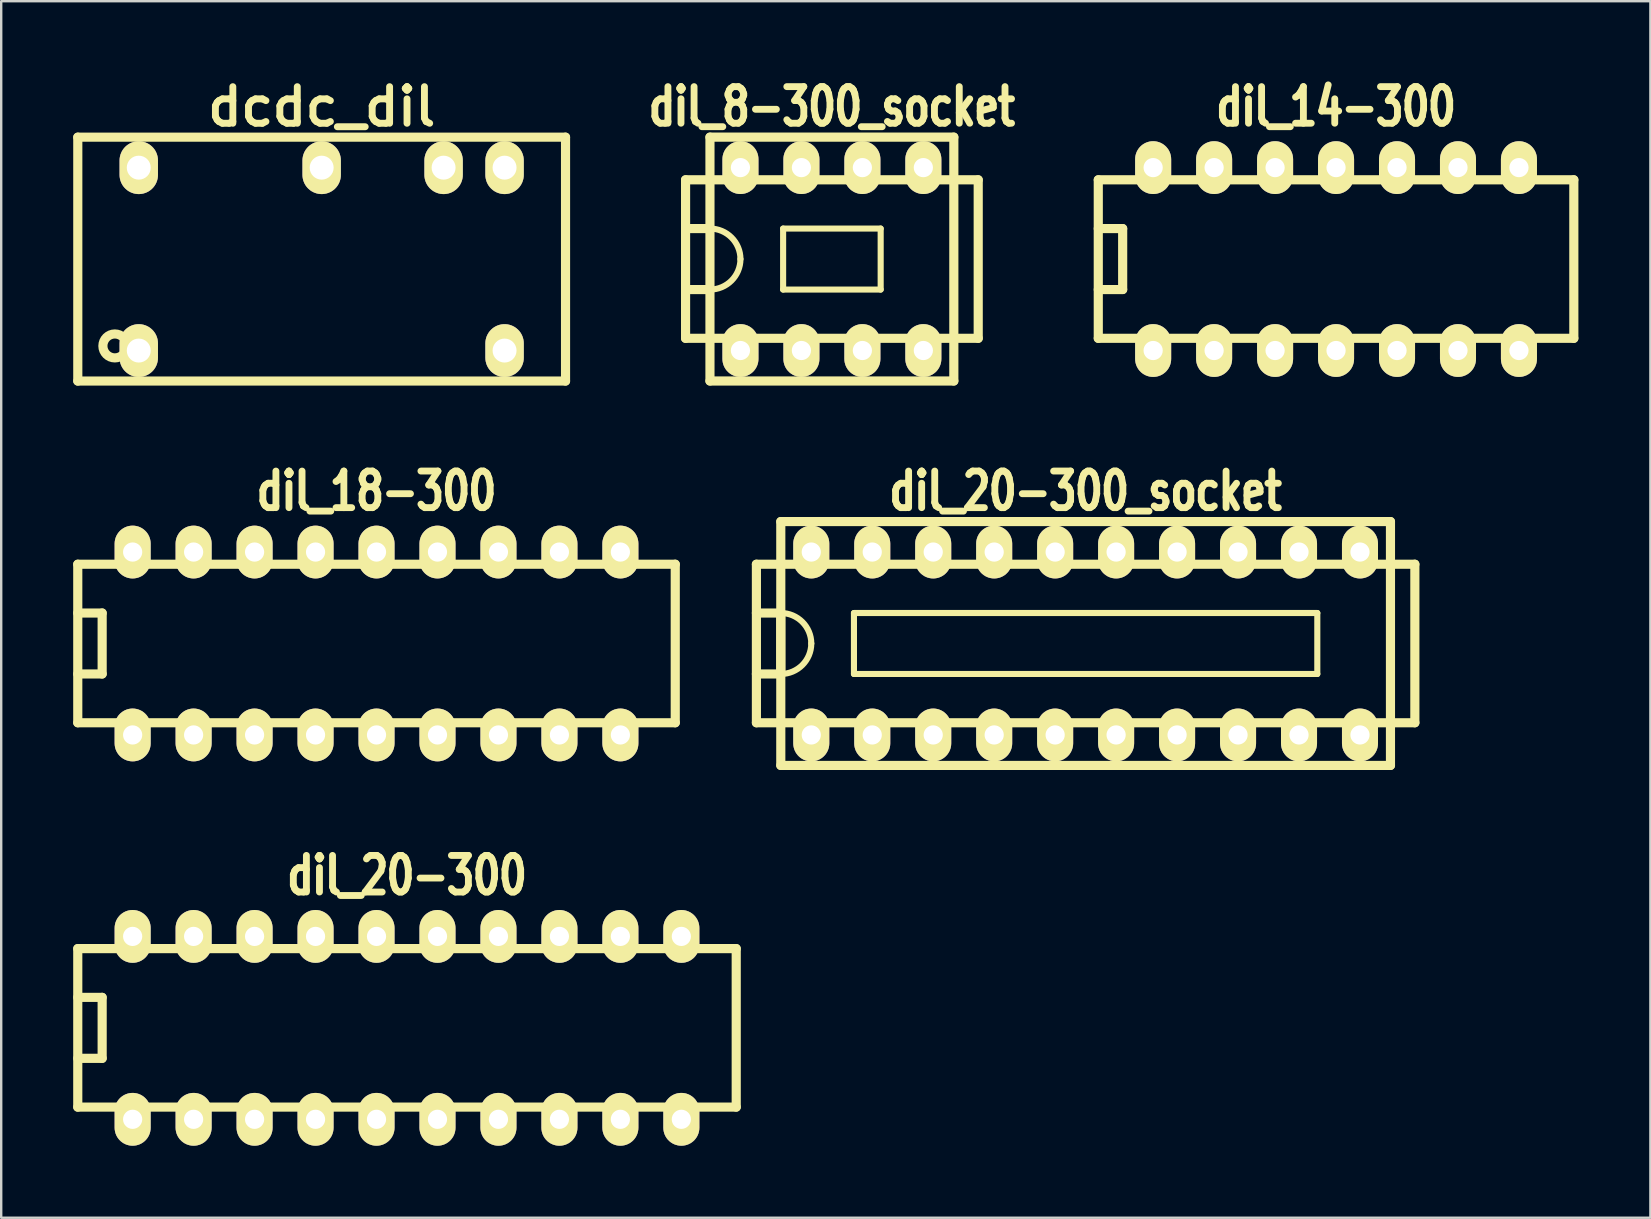
<source format=kicad_pcb>
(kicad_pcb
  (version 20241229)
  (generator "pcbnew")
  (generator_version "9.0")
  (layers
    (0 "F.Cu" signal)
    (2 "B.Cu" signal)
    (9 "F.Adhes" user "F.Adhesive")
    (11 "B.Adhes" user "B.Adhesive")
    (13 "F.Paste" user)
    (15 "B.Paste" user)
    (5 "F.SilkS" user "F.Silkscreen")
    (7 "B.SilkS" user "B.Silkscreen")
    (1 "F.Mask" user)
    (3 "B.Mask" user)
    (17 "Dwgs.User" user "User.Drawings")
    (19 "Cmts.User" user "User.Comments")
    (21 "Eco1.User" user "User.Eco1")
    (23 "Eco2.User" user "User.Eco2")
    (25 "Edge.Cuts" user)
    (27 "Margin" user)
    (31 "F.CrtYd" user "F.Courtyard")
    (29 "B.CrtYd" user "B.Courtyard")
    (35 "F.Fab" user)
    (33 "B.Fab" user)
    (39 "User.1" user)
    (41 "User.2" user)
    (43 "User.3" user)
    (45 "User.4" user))
  (footprint "dil_14-300"
    (layer "F.Cu")
    (at 52.612 7.743)
    (property "Reference" "dil_14-300" (at 0 -6.35 0) (layer "F.SilkS") (effects (font (size 1.524 1.143) (thickness 0.287))))
    (attr through_hole)
    (fp_line (start -9.906 -3.302) (end 9.906 -3.302) (stroke (width 0.381) (type solid)) (layer "F.SilkS"))
    (fp_line (start -9.906 3.302) (end -9.906 -3.302) (stroke (width 0.381) (type solid)) (layer "F.SilkS"))
    (fp_line (start -8.89 -1.27) (end -9.906 -1.27) (stroke (width 0.381) (type solid)) (layer "F.SilkS"))
    (fp_line (start -8.89 -1.27) (end -8.89 1.27) (stroke (width 0.381) (type solid)) (layer "F.SilkS"))
    (fp_line (start -8.89 1.27) (end -9.906 1.27) (stroke (width 0.381) (type solid)) (layer "F.SilkS"))
    (fp_line (start 9.906 -3.302) (end 9.906 3.302) (stroke (width 0.381) (type solid)) (layer "F.SilkS"))
    (fp_line (start 9.906 3.302) (end -9.906 3.302) (stroke (width 0.381) (type solid)) (layer "F.SilkS"))
    (pad "1" thru_hole oval (at -7.62 3.81) (size 1.501 2.2) (drill 0.8) (layers "*.Cu" "*.Mask" "F.SilkS"))
    (pad "2" thru_hole oval (at -5.08 3.81) (size 1.501 2.2) (drill 0.8) (layers "*.Cu" "*.Mask" "F.SilkS"))
    (pad "3" thru_hole oval (at -2.54 3.81) (size 1.501 2.2) (drill 0.8) (layers "*.Cu" "*.Mask" "F.SilkS"))
    (pad "4" thru_hole oval (at 0 3.81) (size 1.501 2.2) (drill 0.8) (layers "*.Cu" "*.Mask" "F.SilkS"))
    (pad "5" thru_hole oval (at 2.54 3.81) (size 1.501 2.2) (drill 0.8) (layers "*.Cu" "*.Mask" "F.SilkS"))
    (pad "6" thru_hole oval (at 5.08 3.81) (size 1.501 2.2) (drill 0.8) (layers "*.Cu" "*.Mask" "F.SilkS"))
    (pad "7" thru_hole oval (at 7.62 3.81) (size 1.501 2.2) (drill 0.8) (layers "*.Cu" "*.Mask" "F.SilkS"))
    (pad "8" thru_hole oval (at 7.62 -3.81) (size 1.501 2.2) (drill 0.8) (layers "*.Cu" "*.Mask" "F.SilkS"))
    (pad "9" thru_hole oval (at 5.08 -3.81) (size 1.501 2.2) (drill 0.8) (layers "*.Cu" "*.Mask" "F.SilkS"))
    (pad "10" thru_hole oval (at 2.54 -3.81) (size 1.501 2.2) (drill 0.8) (layers "*.Cu" "*.Mask" "F.SilkS"))
    (pad "11" thru_hole oval (at 0 -3.81) (size 1.501 2.2) (drill 0.8) (layers "*.Cu" "*.Mask" "F.SilkS"))
    (pad "12" thru_hole oval (at -2.54 -3.81) (size 1.501 2.2) (drill 0.8) (layers "*.Cu" "*.Mask" "F.SilkS"))
    (pad "13" thru_hole oval (at -5.08 -3.81) (size 1.501 2.2) (drill 0.8) (layers "*.Cu" "*.Mask" "F.SilkS"))
    (pad "14" thru_hole oval (at -7.62 -3.81) (size 1.501 2.2) (drill 0.8) (layers "*.Cu" "*.Mask" "F.SilkS")))
  (footprint "dil_20-300_socket"
    (layer "F.Cu")
    (at 42.179 23.759)
    (property "Reference" "dil_20-300_socket" (at 0 -6.35 0) (layer "F.SilkS") (effects (font (size 1.524 1.143) (thickness 0.287))))
    (attr through_hole)
    (fp_line (start -13.716 -3.302) (end 13.716 -3.302) (stroke (width 0.381) (type solid)) (layer "F.SilkS"))
    (fp_line (start -13.716 3.302) (end -13.716 -3.302) (stroke (width 0.381) (type solid)) (layer "F.SilkS"))
    (fp_line (start -12.7 -5.08) (end 12.7 -5.08) (stroke (width 0.381) (type solid)) (layer "F.SilkS"))
    (fp_line (start -12.7 -1.27) (end -13.716 -1.27) (stroke (width 0.381) (type solid)) (layer "F.SilkS"))
    (fp_line (start -12.7 -1.27) (end -12.7 1.27) (stroke (width 0.381) (type solid)) (layer "F.SilkS"))
    (fp_line (start -12.7 1.27) (end -13.716 1.27) (stroke (width 0.381) (type solid)) (layer "F.SilkS"))
    (fp_line (start -12.7 5.08) (end -12.7 -5.08) (stroke (width 0.381) (type solid)) (layer "F.SilkS"))
    (fp_line (start -9.652 -1.27) (end -9.652 1.27) (stroke (width 0.254) (type solid)) (layer "F.SilkS"))
    (fp_line (start -9.652 -1.27) (end 9.652 -1.27) (stroke (width 0.254) (type solid)) (layer "F.SilkS"))
    (fp_line (start 9.652 1.27) (end -9.652 1.27) (stroke (width 0.254) (type solid)) (layer "F.SilkS"))
    (fp_line (start 9.652 1.27) (end 9.652 -1.27) (stroke (width 0.254) (type solid)) (layer "F.SilkS"))
    (fp_line (start 12.7 -5.08) (end 12.7 5.08) (stroke (width 0.381) (type solid)) (layer "F.SilkS"))
    (fp_line (start 12.7 5.08) (end -12.7 5.08) (stroke (width 0.381) (type solid)) (layer "F.SilkS"))
    (fp_line (start 13.716 -3.302) (end 13.716 3.302) (stroke (width 0.381) (type solid)) (layer "F.SilkS"))
    (fp_line (start 13.716 3.302) (end -13.716 3.302) (stroke (width 0.381) (type solid)) (layer "F.SilkS"))
    (fp_arc (start -12.7 -1.27) (mid -11.801974 -0.898026) (end -11.43 0) (stroke (width 0.254) (type solid)) (layer "F.SilkS"))
    (fp_arc (start -11.43 0) (mid -11.801974 0.898026) (end -12.7 1.27) (stroke (width 0.254) (type solid)) (layer "F.SilkS"))
    (pad "1" thru_hole oval (at -11.43 3.81) (size 1.501 2.2) (drill 0.8) (layers "*.Cu" "*.Mask" "F.SilkS"))
    (pad "2" thru_hole oval (at -8.89 3.81) (size 1.501 2.2) (drill 0.8) (layers "*.Cu" "*.Mask" "F.SilkS"))
    (pad "3" thru_hole oval (at -6.35 3.81) (size 1.501 2.2) (drill 0.8) (layers "*.Cu" "*.Mask" "F.SilkS"))
    (pad "4" thru_hole oval (at -3.81 3.81) (size 1.501 2.2) (drill 0.8) (layers "*.Cu" "*.Mask" "F.SilkS"))
    (pad "5" thru_hole oval (at -1.27 3.81) (size 1.501 2.2) (drill 0.8) (layers "*.Cu" "*.Mask" "F.SilkS"))
    (pad "6" thru_hole oval (at 1.27 3.81) (size 1.501 2.2) (drill 0.8) (layers "*.Cu" "*.Mask" "F.SilkS"))
    (pad "7" thru_hole oval (at 3.81 3.81) (size 1.501 2.2) (drill 0.8) (layers "*.Cu" "*.Mask" "F.SilkS"))
    (pad "8" thru_hole oval (at 6.35 3.81) (size 1.501 2.2) (drill 0.8) (layers "*.Cu" "*.Mask" "F.SilkS"))
    (pad "9" thru_hole oval (at 8.89 3.81) (size 1.501 2.2) (drill 0.8) (layers "*.Cu" "*.Mask" "F.SilkS"))
    (pad "10" thru_hole oval (at 11.43 3.81) (size 1.501 2.2) (drill 0.8) (layers "*.Cu" "*.Mask" "F.SilkS"))
    (pad "11" thru_hole oval (at 11.43 -3.81) (size 1.501 2.2) (drill 0.8) (layers "*.Cu" "*.Mask" "F.SilkS"))
    (pad "12" thru_hole oval (at 8.89 -3.81) (size 1.501 2.2) (drill 0.8) (layers "*.Cu" "*.Mask" "F.SilkS"))
    (pad "13" thru_hole oval (at 6.35 -3.81) (size 1.501 2.2) (drill 0.8) (layers "*.Cu" "*.Mask" "F.SilkS"))
    (pad "14" thru_hole oval (at 3.81 -3.81) (size 1.501 2.2) (drill 0.8) (layers "*.Cu" "*.Mask" "F.SilkS"))
    (pad "15" thru_hole oval (at 1.27 -3.81) (size 1.501 2.2) (drill 0.8) (layers "*.Cu" "*.Mask" "F.SilkS"))
    (pad "16" thru_hole oval (at -1.27 -3.81) (size 1.501 2.2) (drill 0.8) (layers "*.Cu" "*.Mask" "F.SilkS"))
    (pad "17" thru_hole oval (at -3.81 -3.81) (size 1.501 2.2) (drill 0.8) (layers "*.Cu" "*.Mask" "F.SilkS"))
    (pad "18" thru_hole oval (at -6.35 -3.81) (size 1.501 2.2) (drill 0.8) (layers "*.Cu" "*.Mask" "F.SilkS"))
    (pad "19" thru_hole oval (at -8.89 -3.81) (size 1.501 2.2) (drill 0.8) (layers "*.Cu" "*.Mask" "F.SilkS"))
    (pad "20" thru_hole oval (at -11.43 -3.81) (size 1.501 2.2) (drill 0.8) (layers "*.Cu" "*.Mask" "F.SilkS")))
  (footprint "dil_18-300"
    (layer "F.Cu")
    (at 12.636 23.759)
    (property "Reference" "dil_18-300" (at 0 -6.35 0) (layer "F.SilkS") (effects (font (size 1.524 1.143) (thickness 0.287))))
    (attr through_hole)
    (fp_line (start -12.446 -3.302) (end 12.446 -3.302) (stroke (width 0.381) (type solid)) (layer "F.SilkS"))
    (fp_line (start -12.446 3.302) (end -12.446 -3.302) (stroke (width 0.381) (type solid)) (layer "F.SilkS"))
    (fp_line (start -12.446 3.302) (end 12.446 3.302) (stroke (width 0.381) (type solid)) (layer "F.SilkS"))
    (fp_line (start -11.43 -1.27) (end -12.446 -1.27) (stroke (width 0.381) (type solid)) (layer "F.SilkS"))
    (fp_line (start -11.43 -1.27) (end -11.43 1.27) (stroke (width 0.381) (type solid)) (layer "F.SilkS"))
    (fp_line (start -11.43 1.27) (end -12.446 1.27) (stroke (width 0.381) (type solid)) (layer "F.SilkS"))
    (fp_line (start 12.446 -3.302) (end 12.446 3.302) (stroke (width 0.381) (type solid)) (layer "F.SilkS"))
    (pad "1" thru_hole oval (at -10.16 3.81) (size 1.501 2.2) (drill 0.8) (layers "*.Cu" "*.Mask" "F.SilkS"))
    (pad "2" thru_hole oval (at -7.62 3.81) (size 1.501 2.2) (drill 0.8) (layers "*.Cu" "*.Mask" "F.SilkS"))
    (pad "3" thru_hole oval (at -5.08 3.81) (size 1.501 2.2) (drill 0.8) (layers "*.Cu" "*.Mask" "F.SilkS"))
    (pad "4" thru_hole oval (at -2.54 3.81) (size 1.501 2.2) (drill 0.8) (layers "*.Cu" "*.Mask" "F.SilkS"))
    (pad "5" thru_hole oval (at 0 3.81) (size 1.501 2.2) (drill 0.8) (layers "*.Cu" "*.Mask" "F.SilkS"))
    (pad "6" thru_hole oval (at 2.54 3.81) (size 1.501 2.2) (drill 0.8) (layers "*.Cu" "*.Mask" "F.SilkS"))
    (pad "7" thru_hole oval (at 5.08 3.81) (size 1.501 2.2) (drill 0.8) (layers "*.Cu" "*.Mask" "F.SilkS"))
    (pad "8" thru_hole oval (at 7.62 3.81) (size 1.501 2.2) (drill 0.8) (layers "*.Cu" "*.Mask" "F.SilkS"))
    (pad "9" thru_hole oval (at 10.16 3.81) (size 1.501 2.2) (drill 0.8) (layers "*.Cu" "*.Mask" "F.SilkS"))
    (pad "10" thru_hole oval (at 10.16 -3.81) (size 1.501 2.2) (drill 0.8) (layers "*.Cu" "*.Mask" "F.SilkS"))
    (pad "11" thru_hole oval (at 7.62 -3.81) (size 1.501 2.2) (drill 0.8) (layers "*.Cu" "*.Mask" "F.SilkS"))
    (pad "12" thru_hole oval (at 5.08 -3.81) (size 1.501 2.2) (drill 0.8) (layers "*.Cu" "*.Mask" "F.SilkS"))
    (pad "13" thru_hole oval (at 2.54 -3.81) (size 1.501 2.2) (drill 0.8) (layers "*.Cu" "*.Mask" "F.SilkS"))
    (pad "14" thru_hole oval (at 0 -3.81) (size 1.501 2.2) (drill 0.8) (layers "*.Cu" "*.Mask" "F.SilkS"))
    (pad "15" thru_hole oval (at -2.54 -3.81) (size 1.501 2.2) (drill 0.8) (layers "*.Cu" "*.Mask" "F.SilkS"))
    (pad "16" thru_hole oval (at -5.08 -3.81) (size 1.501 2.2) (drill 0.8) (layers "*.Cu" "*.Mask" "F.SilkS"))
    (pad "17" thru_hole oval (at -7.62 -3.81) (size 1.501 2.2) (drill 0.8) (layers "*.Cu" "*.Mask" "F.SilkS"))
    (pad "18" thru_hole oval (at -10.16 -3.81) (size 1.501 2.2) (drill 0.8) (layers "*.Cu" "*.Mask" "F.SilkS")))
  (footprint "dil_8-300_socket"
    (layer "F.Cu")
    (at 31.608 7.743)
    (property "Reference" "dil_8-300_socket" (at 0 -6.35 0) (layer "F.SilkS") (effects (font (size 1.524 1.143) (thickness 0.287))))
    (attr through_hole)
    (fp_line (start -6.096 -3.302) (end 6.096 -3.302) (stroke (width 0.381) (type solid)) (layer "F.SilkS"))
    (fp_line (start -6.096 3.302) (end -6.096 -3.302) (stroke (width 0.381) (type solid)) (layer "F.SilkS"))
    (fp_line (start -6.096 3.302) (end 6.096 3.302) (stroke (width 0.381) (type solid)) (layer "F.SilkS"))
    (fp_line (start -5.08 -1.27) (end -6.096 -1.27) (stroke (width 0.381) (type solid)) (layer "F.SilkS"))
    (fp_line (start -5.08 1.27) (end -6.096 1.27) (stroke (width 0.381) (type solid)) (layer "F.SilkS"))
    (fp_line (start -5.08 5.08) (end -5.08 -5.08) (stroke (width 0.381) (type solid)) (layer "F.SilkS"))
    (fp_line (start -2.032 -1.27) (end -2.032 1.27) (stroke (width 0.254) (type solid)) (layer "F.SilkS"))
    (fp_line (start -2.032 -1.27) (end 2.032 -1.27) (stroke (width 0.254) (type solid)) (layer "F.SilkS"))
    (fp_line (start 2.032 1.27) (end -2.032 1.27) (stroke (width 0.254) (type solid)) (layer "F.SilkS"))
    (fp_line (start 2.032 1.27) (end 2.032 -1.27) (stroke (width 0.254) (type solid)) (layer "F.SilkS"))
    (fp_line (start 5.08 -5.08) (end -5.08 -5.08) (stroke (width 0.381) (type solid)) (layer "F.SilkS"))
    (fp_line (start 5.08 -5.08) (end 5.08 5.08) (stroke (width 0.381) (type solid)) (layer "F.SilkS"))
    (fp_line (start 5.08 5.08) (end -5.08 5.08) (stroke (width 0.381) (type solid)) (layer "F.SilkS"))
    (fp_line (start 6.096 -3.302) (end 6.096 3.302) (stroke (width 0.381) (type solid)) (layer "F.SilkS"))
    (fp_arc (start -5.08 -1.27) (mid -4.181974 -0.898026) (end -3.81 0) (stroke (width 0.254) (type solid)) (layer "F.SilkS"))
    (fp_arc (start -3.81 0) (mid -4.181974 0.898026) (end -5.08 1.27) (stroke (width 0.254) (type solid)) (layer "F.SilkS"))
    (pad "1" thru_hole oval (at -3.81 3.81) (size 1.501 2.2) (drill 0.8) (layers "*.Cu" "*.Mask" "F.SilkS"))
    (pad "2" thru_hole oval (at -1.27 3.81) (size 1.501 2.2) (drill 0.8) (layers "*.Cu" "*.Mask" "F.SilkS"))
    (pad "3" thru_hole oval (at 1.27 3.81) (size 1.501 2.2) (drill 0.8) (layers "*.Cu" "*.Mask" "F.SilkS"))
    (pad "4" thru_hole oval (at 3.81 3.81) (size 1.501 2.2) (drill 0.8) (layers "*.Cu" "*.Mask" "F.SilkS"))
    (pad "5" thru_hole oval (at 3.81 -3.81) (size 1.501 2.2) (drill 0.8) (layers "*.Cu" "*.Mask" "F.SilkS"))
    (pad "6" thru_hole oval (at 1.27 -3.81) (size 1.501 2.2) (drill 0.8) (layers "*.Cu" "*.Mask" "F.SilkS"))
    (pad "7" thru_hole oval (at -1.27 -3.81) (size 1.501 2.2) (drill 0.8) (layers "*.Cu" "*.Mask" "F.SilkS"))
    (pad "8" thru_hole oval (at -3.81 -3.81) (size 1.501 2.2) (drill 0.8) (layers "*.Cu" "*.Mask" "F.SilkS")))
  (footprint "dil_20-300"
    (layer "F.Cu")
    (at 13.906 39.772)
    (property "Reference" "dil_20-300" (at 0 -6.35 0) (layer "F.SilkS") (effects (font (size 1.524 1.143) (thickness 0.287))))
    (attr through_hole)
    (fp_line (start -13.716 -3.302) (end 13.716 -3.302) (stroke (width 0.381) (type solid)) (layer "F.SilkS"))
    (fp_line (start -13.716 3.302) (end -13.716 -3.302) (stroke (width 0.381) (type solid)) (layer "F.SilkS"))
    (fp_line (start -12.7 -1.27) (end -13.716 -1.27) (stroke (width 0.381) (type solid)) (layer "F.SilkS"))
    (fp_line (start -12.7 -1.27) (end -12.7 1.27) (stroke (width 0.381) (type solid)) (layer "F.SilkS"))
    (fp_line (start -12.7 1.27) (end -13.716 1.27) (stroke (width 0.381) (type solid)) (layer "F.SilkS"))
    (fp_line (start 13.716 -3.302) (end 13.716 3.302) (stroke (width 0.381) (type solid)) (layer "F.SilkS"))
    (fp_line (start 13.716 3.302) (end -13.716 3.302) (stroke (width 0.381) (type solid)) (layer "F.SilkS"))
    (pad "1" thru_hole oval (at -11.43 3.81) (size 1.501 2.2) (drill 0.8) (layers "*.Cu" "*.Mask" "F.SilkS"))
    (pad "2" thru_hole oval (at -8.89 3.81) (size 1.501 2.2) (drill 0.8) (layers "*.Cu" "*.Mask" "F.SilkS"))
    (pad "3" thru_hole oval (at -6.35 3.81) (size 1.501 2.2) (drill 0.8) (layers "*.Cu" "*.Mask" "F.SilkS"))
    (pad "4" thru_hole oval (at -3.81 3.81) (size 1.501 2.2) (drill 0.8) (layers "*.Cu" "*.Mask" "F.SilkS"))
    (pad "5" thru_hole oval (at -1.27 3.81) (size 1.501 2.2) (drill 0.8) (layers "*.Cu" "*.Mask" "F.SilkS"))
    (pad "6" thru_hole oval (at 1.27 3.81) (size 1.501 2.2) (drill 0.8) (layers "*.Cu" "*.Mask" "F.SilkS"))
    (pad "7" thru_hole oval (at 3.81 3.81) (size 1.501 2.2) (drill 0.8) (layers "*.Cu" "*.Mask" "F.SilkS"))
    (pad "8" thru_hole oval (at 6.35 3.81) (size 1.501 2.2) (drill 0.8) (layers "*.Cu" "*.Mask" "F.SilkS"))
    (pad "9" thru_hole oval (at 8.89 3.81) (size 1.501 2.2) (drill 0.8) (layers "*.Cu" "*.Mask" "F.SilkS"))
    (pad "10" thru_hole oval (at 11.43 3.81) (size 1.501 2.2) (drill 0.8) (layers "*.Cu" "*.Mask" "F.SilkS"))
    (pad "11" thru_hole oval (at 11.43 -3.81) (size 1.501 2.2) (drill 0.8) (layers "*.Cu" "*.Mask" "F.SilkS"))
    (pad "12" thru_hole oval (at 8.89 -3.81) (size 1.501 2.2) (drill 0.8) (layers "*.Cu" "*.Mask" "F.SilkS"))
    (pad "13" thru_hole oval (at 6.35 -3.81) (size 1.501 2.2) (drill 0.8) (layers "*.Cu" "*.Mask" "F.SilkS"))
    (pad "14" thru_hole oval (at 3.81 -3.81) (size 1.501 2.2) (drill 0.8) (layers "*.Cu" "*.Mask" "F.SilkS"))
    (pad "15" thru_hole oval (at 1.27 -3.81) (size 1.501 2.2) (drill 0.8) (layers "*.Cu" "*.Mask" "F.SilkS"))
    (pad "16" thru_hole oval (at -1.27 -3.81) (size 1.501 2.2) (drill 0.8) (layers "*.Cu" "*.Mask" "F.SilkS"))
    (pad "17" thru_hole oval (at -3.81 -3.81) (size 1.501 2.2) (drill 0.8) (layers "*.Cu" "*.Mask" "F.SilkS"))
    (pad "18" thru_hole oval (at -6.35 -3.81) (size 1.501 2.2) (drill 0.8) (layers "*.Cu" "*.Mask" "F.SilkS"))
    (pad "19" thru_hole oval (at -8.89 -3.81) (size 1.501 2.2) (drill 0.8) (layers "*.Cu" "*.Mask" "F.SilkS"))
    (pad "20" thru_hole oval (at -11.43 -3.81) (size 1.501 2.2) (drill 0.8) (layers "*.Cu" "*.Mask" "F.SilkS")))
  (footprint "dcdc_dil"
    (layer "F.Cu")
    (at 10.351 7.745)
    (property "Reference" "dcdc_dil" (at 0 -6.35 0) (layer "F.SilkS") (effects (font (size 1.524 1.524) (thickness 0.287))))
    (attr through_hole)
    (fp_line (start -10.16 -5.08) (end 10.16 -5.08) (stroke (width 0.381) (type solid)) (layer "F.SilkS"))
    (fp_line (start -10.16 5.08) (end -10.16 -5.08) (stroke (width 0.381) (type solid)) (layer "F.SilkS"))
    (fp_line (start 10.16 -5.08) (end 10.16 5.08) (stroke (width 0.381) (type solid)) (layer "F.SilkS"))
    (fp_line (start 10.16 5.08) (end -10.16 5.08) (stroke (width 0.381) (type solid)) (layer "F.SilkS"))
    (fp_circle (center -8.616 3.617) (end -8.915 4.016) (stroke (width 0.381) (type solid)) (fill no) (layer "F.SilkS"))
    (pad "1" thru_hole oval (at -7.62 3.81) (size 1.6 2.2) (drill 0.998) (layers "*.Cu" "*.Mask" "F.SilkS"))
    (pad "7" thru_hole oval (at 7.62 3.81) (size 1.6 2.2) (drill 0.998) (layers "*.Cu" "*.Mask" "F.SilkS"))
    (pad "8" thru_hole oval (at 7.62 -3.81) (size 1.6 2.2) (drill 0.998) (layers "*.Cu" "*.Mask" "F.SilkS"))
    (pad "9" thru_hole oval (at 5.08 -3.81) (size 1.6 2.2) (drill 0.998) (layers "*.Cu" "*.Mask" "F.SilkS"))
    (pad "11" thru_hole oval (at 0 -3.81) (size 1.6 2.2) (drill 0.998) (layers "*.Cu" "*.Mask" "F.SilkS"))
    (pad "14" thru_hole oval (at -7.62 -3.81) (size 1.6 2.2) (drill 0.998) (layers "*.Cu" "*.Mask" "F.SilkS")))
  (gr_rect
    (start -3 -3)
    (end 65.708 47.682)
    (stroke (width 0.1) (type default))
    (fill no)
    (layer "Edge.Cuts")))
</source>
